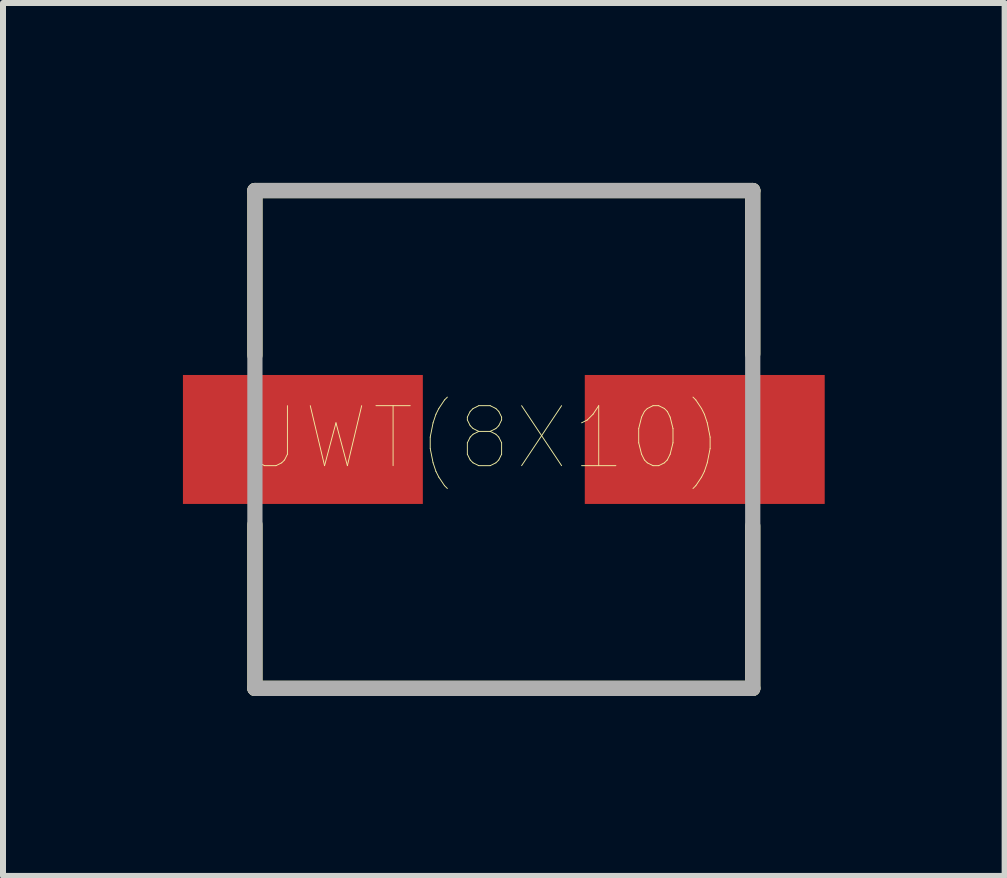
<source format=kicad_pcb>
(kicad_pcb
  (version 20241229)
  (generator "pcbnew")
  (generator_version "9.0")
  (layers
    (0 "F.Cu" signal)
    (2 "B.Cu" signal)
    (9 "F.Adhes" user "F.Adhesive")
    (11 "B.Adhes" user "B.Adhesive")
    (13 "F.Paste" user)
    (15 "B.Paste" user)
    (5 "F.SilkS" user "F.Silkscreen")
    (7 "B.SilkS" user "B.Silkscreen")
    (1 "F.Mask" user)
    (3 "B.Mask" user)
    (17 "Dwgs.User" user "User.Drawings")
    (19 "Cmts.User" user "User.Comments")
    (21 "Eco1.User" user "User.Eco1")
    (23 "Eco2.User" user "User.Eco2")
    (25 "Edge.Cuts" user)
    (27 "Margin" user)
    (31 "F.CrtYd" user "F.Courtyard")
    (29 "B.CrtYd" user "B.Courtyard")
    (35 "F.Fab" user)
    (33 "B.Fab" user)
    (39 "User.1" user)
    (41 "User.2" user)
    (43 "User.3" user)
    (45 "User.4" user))
  (footprint "UWT(8X10)"
    (layer "F.Cu")
    (at 5.35 4.277)
    (property "Reference" "UWT(8X10)" (at -0.37 -0.025 0) (layer "F.SilkS") (effects (font (size 1 1) (thickness 0.015))))
    (attr through_hole)
    (fp_line (start -4.15 -4.15) (end -4.15 -1.404) (stroke (width 0.254) (type solid)) (layer "F.SilkS"))
    (fp_line (start -4.15 -4.15) (end 4.15 -4.15) (stroke (width 0.254) (type solid)) (layer "F.SilkS"))
    (fp_line (start -4.15 4.15) (end -4.15 1.42) (stroke (width 0.254) (type solid)) (layer "F.SilkS"))
    (fp_line (start -4.15 4.15) (end 4.15 4.15) (stroke (width 0.254) (type solid)) (layer "F.SilkS"))
    (fp_line (start 4.15 -4.15) (end 4.15 -1.426) (stroke (width 0.254) (type solid)) (layer "F.SilkS"))
    (fp_line (start 4.15 4.15) (end 4.15 1.442) (stroke (width 0.254) (type solid)) (layer "F.SilkS"))
    (fp_line (start -4.15 -4.15) (end 4.15 -4.15) (stroke (width 0.254) (type solid)) (layer "F.Fab"))
    (fp_line (start -4.15 4.15) (end -4.15 -4.15) (stroke (width 0.254) (type solid)) (layer "F.Fab"))
    (fp_line (start 4.15 -4.15) (end 4.15 4.15) (stroke (width 0.254) (type solid)) (layer "F.Fab"))
    (fp_line (start 4.15 4.15) (end -4.15 4.15) (stroke (width 0.254) (type solid)) (layer "F.Fab"))
    (pad "1" smd rect (at -3.35 0) (size 4 2.15) (layers "F.Cu" "F.Mask" "F.Paste"))
    (pad "2" smd rect (at 3.35 0) (size 4 2.15) (layers "F.Cu" "F.Mask" "F.Paste")))
  (gr_rect
    (start -3 -3)
    (end 13.7 11.554)
    (stroke (width 0.1) (type default))
    (fill no)
    (layer "Edge.Cuts")))
</source>
